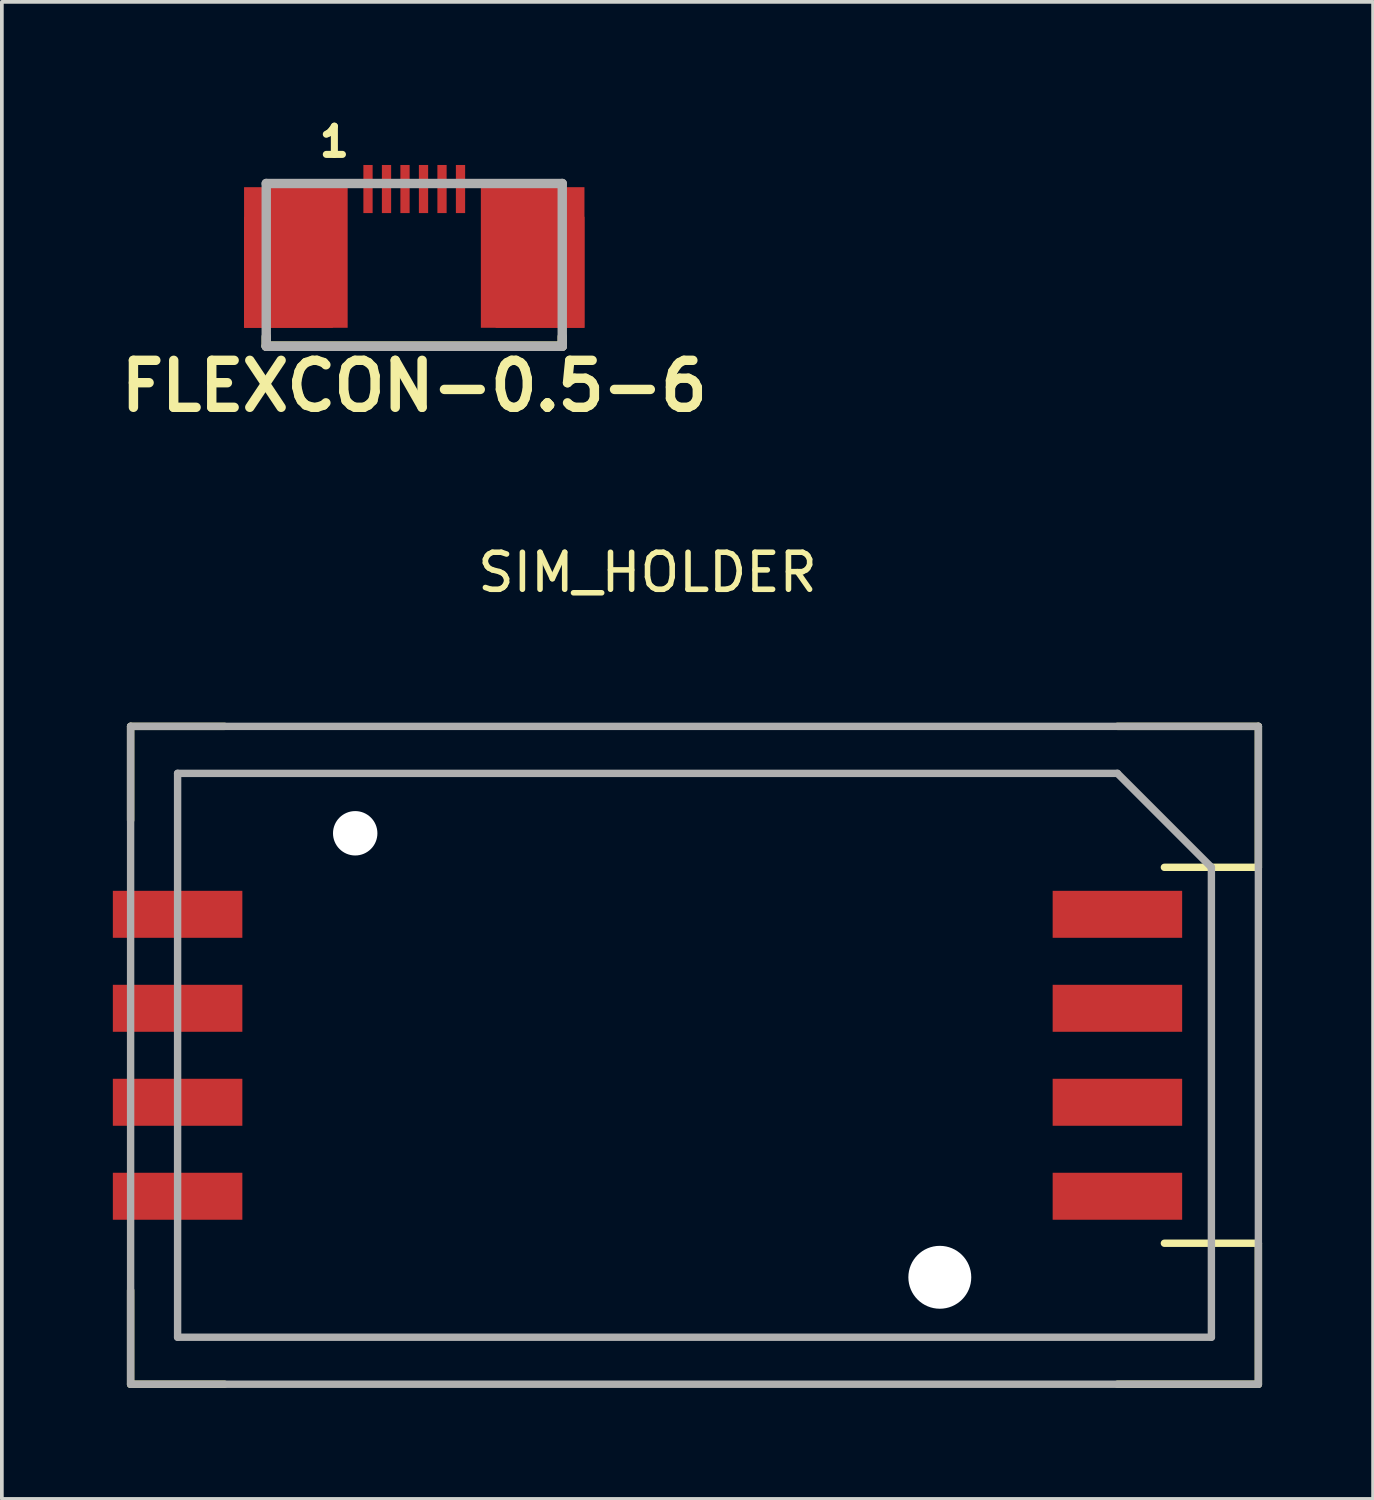
<source format=kicad_pcb>
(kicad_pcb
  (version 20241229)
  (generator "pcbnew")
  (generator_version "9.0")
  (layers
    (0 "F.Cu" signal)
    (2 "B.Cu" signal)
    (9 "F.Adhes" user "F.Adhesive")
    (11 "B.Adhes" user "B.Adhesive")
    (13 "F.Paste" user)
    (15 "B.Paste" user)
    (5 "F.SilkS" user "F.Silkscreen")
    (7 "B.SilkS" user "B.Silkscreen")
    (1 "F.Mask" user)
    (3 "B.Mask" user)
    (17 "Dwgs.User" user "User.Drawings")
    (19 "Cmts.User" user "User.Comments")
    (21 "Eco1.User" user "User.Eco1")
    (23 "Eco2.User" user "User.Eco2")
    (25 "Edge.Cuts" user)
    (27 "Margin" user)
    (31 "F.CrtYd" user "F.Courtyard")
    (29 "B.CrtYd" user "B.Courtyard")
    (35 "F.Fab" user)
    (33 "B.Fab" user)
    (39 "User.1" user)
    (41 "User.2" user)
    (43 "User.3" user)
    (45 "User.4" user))
  (footprint "FLEXCON-0.5-6"
    (layer "F.Cu")
    (at 8.146 4.209)
    (property "Reference" "FLEXCON-0.5-6" (at 0 3.175 180) (layer "F.SilkS") (effects (font (size 1.27 1.27) (thickness 0.254))))
    (attr through_hole)
    (fp_line (start -4 2.095) (end -4 1.841) (stroke (width 0.254) (type solid)) (layer "F.SilkS"))
    (fp_line (start -4 2.095) (end 4 2.095) (stroke (width 0.254) (type solid)) (layer "F.SilkS"))
    (fp_line (start 4 2.095) (end 4 1.841) (stroke (width 0.254) (type solid)) (layer "F.SilkS"))
    (fp_line (start -4 -2.3) (end -4 2.1) (stroke (width 0.254) (type solid)) (layer "F.Fab"))
    (fp_line (start -4 2.1) (end 4 2.1) (stroke (width 0.254) (type solid)) (layer "F.Fab"))
    (fp_line (start 4 -2.3) (end -4 -2.3) (stroke (width 0.254) (type solid)) (layer "F.Fab"))
    (fp_line (start 4 2.1) (end 4 -2.3) (stroke (width 0.254) (type solid)) (layer "F.Fab"))
    (fp_text user "1" (at -2.159 -3.429 180) (layer "F.SilkS") (effects (font (size 0.762 0.762) (thickness 0.191))))
    (pad "0" smd rect (at -3.4 0.1) (size 2.4 3) (layers "F.Cu" "F.Mask" "F.Paste"))
    (pad "0" smd rect (at -3.2 -0.3) (size 2.8 3.8) (layers "F.Cu"))
    (pad "0" smd rect (at 3.2 -0.3) (size 2.8 3.8) (layers "F.Cu"))
    (pad "0" smd rect (at 3.4 0.1) (size 2.4 3) (layers "F.Cu" "F.Mask" "F.Paste"))
    (pad "1" smd rect (at -1.25 -2.15) (size 0.25 1.3) (layers "F.Cu" "F.Mask" "F.Paste"))
    (pad "2" smd rect (at -0.75 -2.15) (size 0.25 1.3) (layers "F.Cu" "F.Mask" "F.Paste"))
    (pad "3" smd rect (at -0.25 -2.15) (size 0.25 1.3) (layers "F.Cu" "F.Mask" "F.Paste"))
    (pad "4" smd rect (at 0.25 -2.15) (size 0.25 1.3) (layers "F.Cu" "F.Mask" "F.Paste"))
    (pad "5" smd rect (at 0.75 -2.15) (size 0.25 1.3) (layers "F.Cu" "F.Mask" "F.Paste"))
    (pad "6" smd rect (at 1.25 -2.15) (size 0.25 1.3) (layers "F.Cu" "F.Mask" "F.Paste")))
  (footprint "SIM_HOLDER"
    (layer "F.Cu")
    (at 14.45 25.471)
    (property "Reference" "SIM_HOLDER" (at 0 -13.05 0) (layer "F.SilkS") (effects (font (size 1 1) (thickness 0.15))))
    (attr through_hole)
    (fp_line (start -13.97 -8.89) (end -11.43 -8.89) (stroke (width 0.2) (type solid)) (layer "F.SilkS"))
    (fp_line (start -13.97 -6.35) (end -13.97 -8.89) (stroke (width 0.2) (type solid)) (layer "F.SilkS"))
    (fp_line (start -13.97 8.89) (end -13.97 6.35) (stroke (width 0.2) (type solid)) (layer "F.SilkS"))
    (fp_line (start -11.43 8.89) (end -13.97 8.89) (stroke (width 0.2) (type solid)) (layer "F.SilkS"))
    (fp_line (start 12.7 -8.89) (end 16.51 -8.89) (stroke (width 0.2) (type solid)) (layer "F.SilkS"))
    (fp_line (start 13.97 5.08) (end 16.51 5.08) (stroke (width 0.2) (type solid)) (layer "F.SilkS"))
    (fp_line (start 16.51 -8.89) (end 16.51 -5.08) (stroke (width 0.2) (type solid)) (layer "F.SilkS"))
    (fp_line (start 16.51 -5.08) (end 13.97 -5.08) (stroke (width 0.2) (type solid)) (layer "F.SilkS"))
    (fp_line (start 16.51 5.08) (end 16.51 8.89) (stroke (width 0.2) (type solid)) (layer "F.SilkS"))
    (fp_line (start 16.51 8.89) (end 12.7 8.89) (stroke (width 0.2) (type solid)) (layer "F.SilkS"))
    (fp_line (start -13.97 -8.89) (end 16.51 -8.89) (stroke (width 0.2) (type solid)) (layer "F.Fab"))
    (fp_line (start -13.97 8.89) (end -13.97 -8.89) (stroke (width 0.2) (type solid)) (layer "F.Fab"))
    (fp_line (start -12.7 -7.62) (end -12.7 7.62) (stroke (width 0.2) (type solid)) (layer "F.Fab"))
    (fp_line (start -12.7 7.62) (end 15.24 7.62) (stroke (width 0.2) (type solid)) (layer "F.Fab"))
    (fp_line (start 12.7 -7.62) (end -12.7 -7.62) (stroke (width 0.2) (type solid)) (layer "F.Fab"))
    (fp_line (start 15.24 -5.08) (end 12.7 -7.62) (stroke (width 0.2) (type solid)) (layer "F.Fab"))
    (fp_line (start 15.24 7.62) (end 15.24 -5.08) (stroke (width 0.2) (type solid)) (layer "F.Fab"))
    (fp_line (start 16.51 -8.89) (end 16.51 8.89) (stroke (width 0.2) (type solid)) (layer "F.Fab"))
    (fp_line (start 16.51 8.89) (end -13.97 8.89) (stroke (width 0.2) (type solid)) (layer "F.Fab"))
    (pad "" np_thru_hole circle (at -7.9 -6) (size 1.2 1.2) (drill 1.2) (layers "*.Cu" "*.Mask"))
    (pad "" np_thru_hole circle (at 7.9 6) (size 1.7 1.7) (drill 1.7) (layers "*.Cu" "*.Mask"))
    (pad "1" smd rect (at -12.7 3.81) (size 3.5 1.27) (layers "F.Cu" "F.Mask" "F.Paste"))
    (pad "2" smd rect (at -12.7 1.27) (size 3.5 1.27) (layers "F.Cu" "F.Mask" "F.Paste"))
    (pad "3" smd rect (at -12.7 -1.27) (size 3.5 1.27) (layers "F.Cu" "F.Mask" "F.Paste"))
    (pad "4" smd rect (at -12.7 -3.81) (size 3.5 1.27) (layers "F.Cu" "F.Mask" "F.Paste"))
    (pad "5" smd rect (at 12.7 3.81) (size 3.5 1.27) (layers "F.Cu" "F.Mask" "F.Paste"))
    (pad "6" smd rect (at 12.7 1.27) (size 3.5 1.27) (layers "F.Cu" "F.Mask" "F.Paste"))
    (pad "7" smd rect (at 12.7 -1.27) (size 3.5 1.27) (layers "F.Cu" "F.Mask" "F.Paste"))
    (pad "8" smd rect (at 12.7 -3.81) (size 3.5 1.27) (layers "F.Cu" "F.Mask" "F.Paste")))
  (gr_rect
    (start -3 -3)
    (end 34.06 37.461)
    (stroke (width 0.1) (type default))
    (fill no)
    (layer "Edge.Cuts")))
</source>
